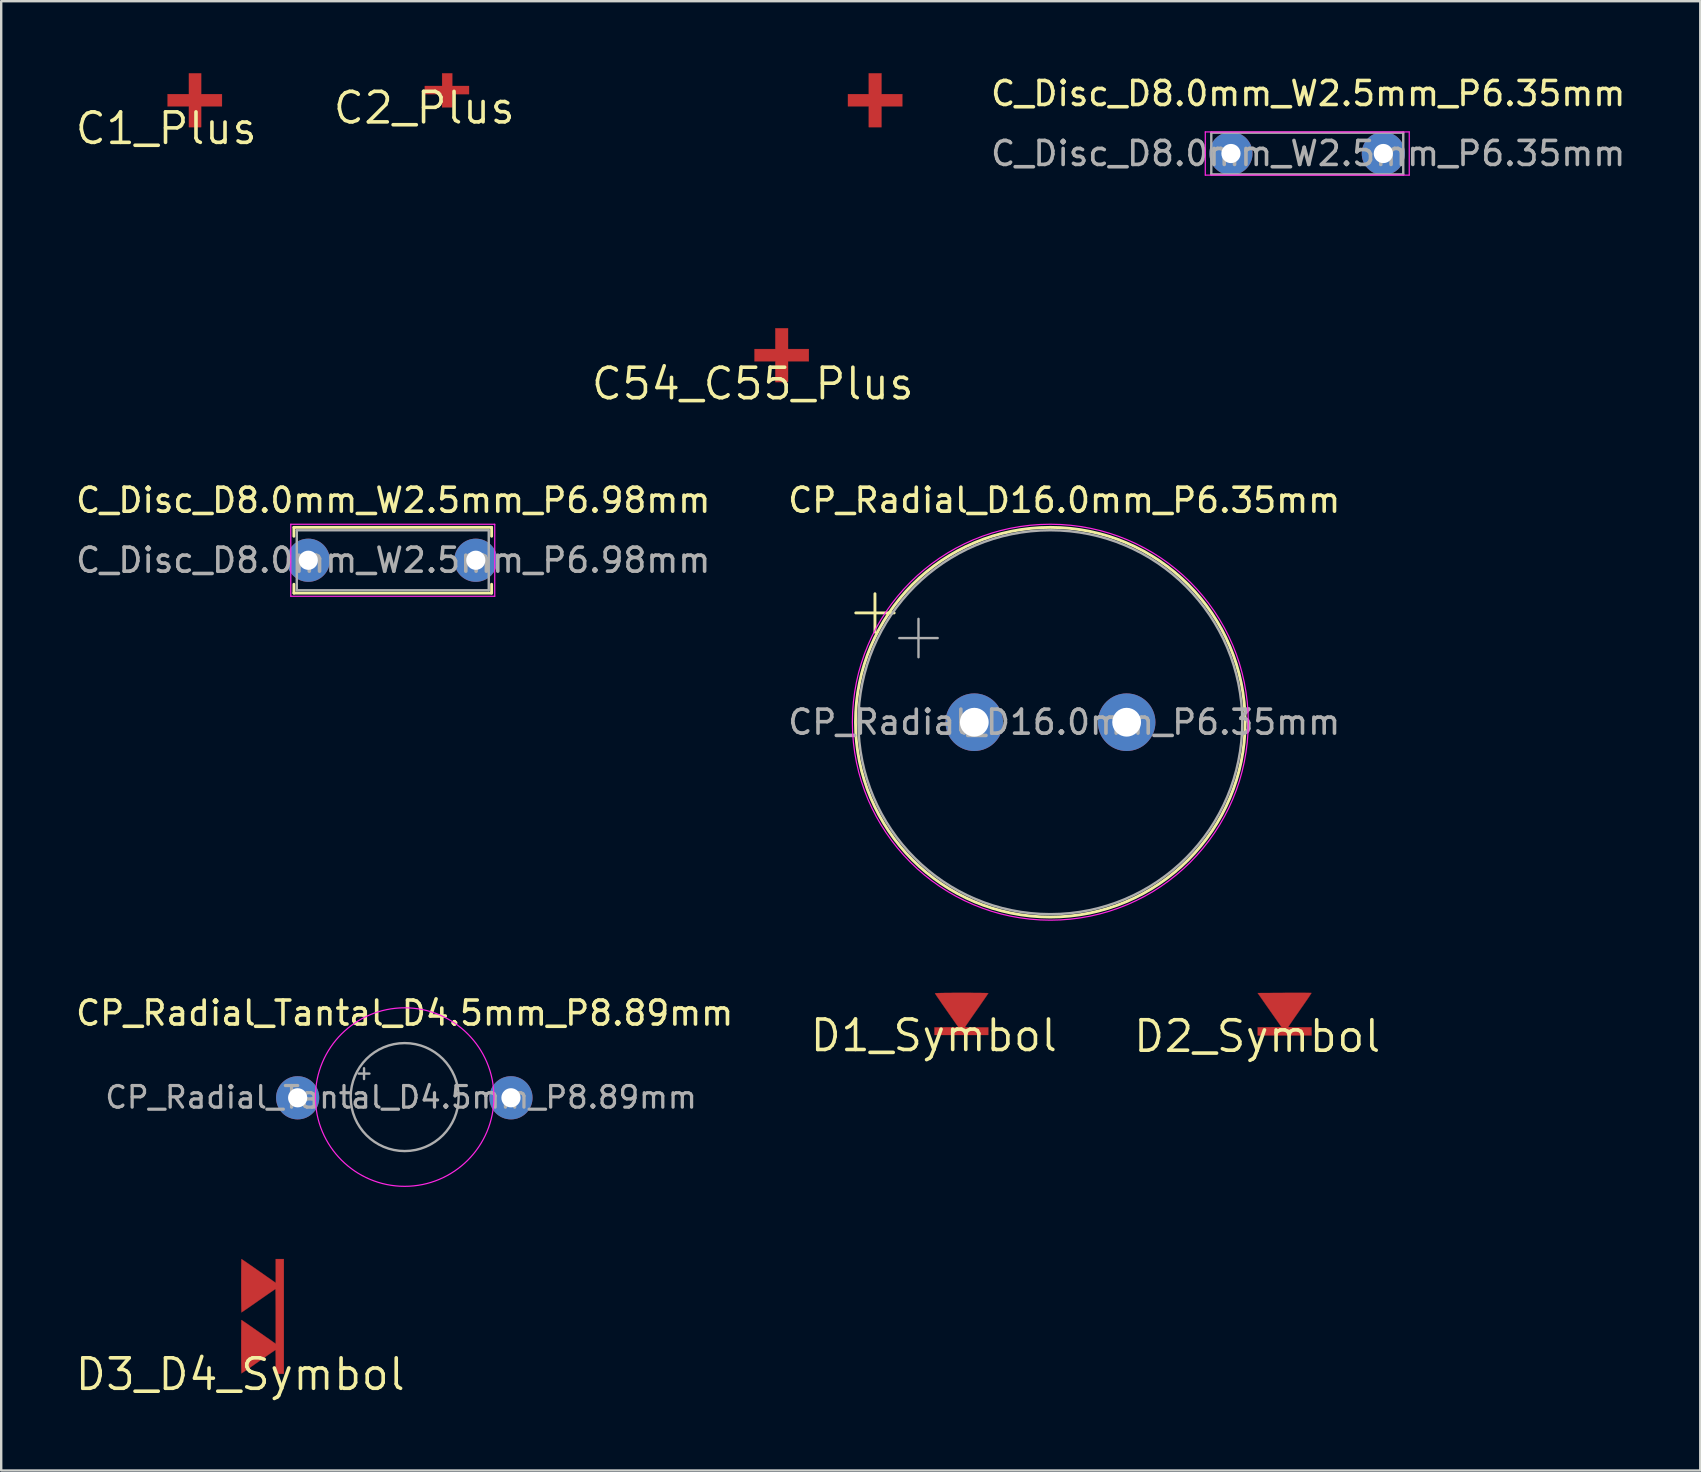
<source format=kicad_pcb>
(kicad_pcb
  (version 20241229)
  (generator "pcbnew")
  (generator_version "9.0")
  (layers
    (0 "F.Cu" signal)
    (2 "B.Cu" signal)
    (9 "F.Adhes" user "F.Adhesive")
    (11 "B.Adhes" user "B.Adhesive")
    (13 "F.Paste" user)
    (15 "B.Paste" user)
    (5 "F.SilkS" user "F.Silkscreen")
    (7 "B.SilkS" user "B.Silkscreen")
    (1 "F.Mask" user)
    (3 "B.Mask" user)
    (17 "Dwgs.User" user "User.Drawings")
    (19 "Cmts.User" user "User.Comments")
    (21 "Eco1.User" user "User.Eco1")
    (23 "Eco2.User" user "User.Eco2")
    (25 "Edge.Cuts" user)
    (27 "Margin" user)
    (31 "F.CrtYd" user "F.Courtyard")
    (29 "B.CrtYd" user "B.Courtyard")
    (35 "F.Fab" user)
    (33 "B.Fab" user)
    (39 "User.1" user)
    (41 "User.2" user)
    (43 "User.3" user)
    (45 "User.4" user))
  (footprint "C54_C55_Plus"
    (layer "F.Cu")
    (at 28.322 12.944)
    (property "Reference" "C54_C55_Plus" (at 0 0 0) (layer "F.SilkS") (effects (font (size 1.27 1.27) (thickness 0.15))))
    (attr smd board_only exclude_from_pos_files exclude_from_bom allow_missing_courtyard)
    (fp_poly (pts (xy 1.47 -1.446) (xy 2.338 -1.446) (xy 2.338 -0.938) (xy 1.47 -0.938) (xy 1.47 -0.07) (xy 0.941 -0.07) (xy 0.941 -0.938) (xy 0.073 -0.938) (xy 0.073 -1.446) (xy 0.941 -1.446) (xy 0.941 -2.313) (xy 1.47 -2.313) (xy 1.47 -1.446)) (stroke (width 0.01) (type solid)) (fill yes) (layer "F.Cu"))
    (fp_poly (pts (xy 5.365 -12.071) (xy 6.233 -12.071) (xy 6.233 -11.563) (xy 5.365 -11.563) (xy 5.365 -10.695) (xy 4.836 -10.695) (xy 4.836 -11.563) (xy 3.968 -11.563) (xy 3.968 -12.071) (xy 4.836 -12.071) (xy 4.836 -12.939) (xy 5.365 -12.939) (xy 5.365 -12.071)) (stroke (width 0.01) (type solid)) (fill yes) (layer "F.Cu")))
  (footprint "C1_Plus"
    (layer "F.Cu")
    (at 3.878 2.303)
    (property "Reference" "C1_Plus" (at 0 0 0) (layer "F.SilkS") (effects (font (size 1.27 1.27) (thickness 0.15))))
    (attr smd board_only exclude_from_pos_files exclude_from_bom allow_missing_courtyard)
    (fp_poly (pts (xy 1.454 -1.43) (xy 2.322 -1.43) (xy 2.322 -0.922) (xy 1.454 -0.922) (xy 1.454 -0.054) (xy 0.946 -0.054) (xy 0.946 -0.922) (xy 0.057 -0.922) (xy 0.057 -1.43) (xy 0.946 -1.43) (xy 0.946 -2.298) (xy 1.454 -2.298) (xy 1.454 -1.43)) (stroke (width 0.01) (type solid)) (fill yes) (layer "F.Cu")))
  (footprint "D1_Symbol"
    (layer "F.Cu")
    (at 35.869 40.108)
    (property "Reference" "D1_Symbol" (at 0 0 0) (layer "F.SilkS") (effects (font (size 1.27 1.27) (thickness 0.15))))
    (attr smd board_only exclude_from_pos_files exclude_from_bom allow_missing_courtyard)
    (fp_poly (pts (xy 1.371 -1.779) (xy 1.57 -1.778) (xy 1.752 -1.777) (xy 1.913 -1.776) (xy 2.049 -1.774) (xy 2.155 -1.772) (xy 2.229 -1.769) (xy 2.266 -1.767) (xy 2.27 -1.766) (xy 2.258 -1.746) (xy 2.225 -1.696) (xy 2.172 -1.618) (xy 2.103 -1.517) (xy 2.019 -1.396) (xy 1.925 -1.259) (xy 1.821 -1.111) (xy 1.783 -1.057) (xy 1.677 -0.905) (xy 1.579 -0.764) (xy 1.491 -0.638) (xy 1.417 -0.53) (xy 1.358 -0.444) (xy 1.317 -0.384) (xy 1.298 -0.354) (xy 1.296 -0.351) (xy 1.317 -0.348) (xy 1.373 -0.345) (xy 1.46 -0.343) (xy 1.572 -0.341) (xy 1.702 -0.34) (xy 1.783 -0.34) (xy 2.27 -0.34) (xy 2.27 -0.022) (xy 0.026 -0.022) (xy 0.026 -0.339) (xy 0.524 -0.345) (xy 1.022 -0.351) (xy 0.535 -1.047) (xy 0.429 -1.199) (xy 0.33 -1.341) (xy 0.243 -1.468) (xy 0.168 -1.577) (xy 0.109 -1.665) (xy 0.069 -1.726) (xy 0.049 -1.758) (xy 0.048 -1.761) (xy 0.068 -1.765) (xy 0.127 -1.768) (xy 0.22 -1.771) (xy 0.344 -1.774) (xy 0.495 -1.776) (xy 0.669 -1.777) (xy 0.861 -1.779) (xy 1.068 -1.779) (xy 1.159 -1.779) (xy 1.371 -1.779)) (stroke (width 0.01) (type solid)) (fill yes) (layer "F.Cu")))
  (footprint "D3_D4_Symbol"
    (layer "F.Cu")
    (at 6.962 54.229)
    (property "Reference" "D3_D4_Symbol" (at 0 0 0) (layer "F.SilkS") (effects (font (size 1.27 1.27) (thickness 0.15))))
    (attr smd board_only exclude_from_pos_files exclude_from_bom allow_missing_courtyard)
    (fp_poly (pts (xy 1.818 -0.024) (xy 1.663 -0.024) (xy 1.585 -0.025) (xy 1.525 -0.03) (xy 1.494 -0.037) (xy 1.493 -0.038) (xy 1.489 -0.062) (xy 1.486 -0.122) (xy 1.483 -0.213) (xy 1.48 -0.327) (xy 1.479 -0.459) (xy 1.479 -0.535) (xy 1.479 -0.673) (xy 1.477 -0.796) (xy 1.475 -0.897) (xy 1.473 -0.971) (xy 1.47 -1.012) (xy 1.468 -1.018) (xy 1.449 -1.007) (xy 1.399 -0.973) (xy 1.322 -0.92) (xy 1.221 -0.851) (xy 1.101 -0.768) (xy 0.965 -0.673) (xy 0.816 -0.569) (xy 0.762 -0.532) (xy 0.61 -0.425) (xy 0.469 -0.327) (xy 0.342 -0.239) (xy 0.234 -0.165) (xy 0.148 -0.106) (xy 0.087 -0.066) (xy 0.056 -0.046) (xy 0.053 -0.045) (xy 0.051 -0.065) (xy 0.048 -0.124) (xy 0.046 -0.218) (xy 0.044 -0.342) (xy 0.042 -0.492) (xy 0.041 -0.666) (xy 0.04 -0.858) (xy 0.04 -1.066) (xy 0.04 -1.156) (xy 0.04 -1.368) (xy 0.041 -1.568) (xy 0.041 -1.749) (xy 0.043 -1.91) (xy 0.044 -2.046) (xy 0.046 -2.153) (xy 0.048 -2.226) (xy 0.05 -2.264) (xy 0.051 -2.267) (xy 0.07 -2.255) (xy 0.12 -2.222) (xy 0.197 -2.169) (xy 0.298 -2.1) (xy 0.419 -2.016) (xy 0.556 -1.921) (xy 0.705 -1.817) (xy 0.77 -1.771) (xy 1.479 -1.274) (xy 1.479 -2.416) (xy 1.479 -2.632) (xy 1.478 -2.834) (xy 1.477 -3.019) (xy 1.476 -3.183) (xy 1.475 -3.322) (xy 1.473 -3.433) (xy 1.471 -3.511) (xy 1.469 -3.552) (xy 1.468 -3.558) (xy 1.449 -3.547) (xy 1.399 -3.513) (xy 1.322 -3.46) (xy 1.221 -3.391) (xy 1.101 -3.308) (xy 0.965 -3.213) (xy 0.816 -3.109) (xy 0.762 -3.072) (xy 0.61 -2.965) (xy 0.469 -2.867) (xy 0.342 -2.779) (xy 0.234 -2.705) (xy 0.148 -2.646) (xy 0.087 -2.606) (xy 0.056 -2.586) (xy 0.053 -2.585) (xy 0.051 -2.605) (xy 0.048 -2.664) (xy 0.046 -2.758) (xy 0.044 -2.882) (xy 0.042 -3.032) (xy 0.041 -3.206) (xy 0.04 -3.398) (xy 0.04 -3.606) (xy 0.04 -3.696) (xy 0.04 -3.908) (xy 0.041 -4.108) (xy 0.041 -4.289) (xy 0.043 -4.45) (xy 0.044 -4.586) (xy 0.046 -4.693) (xy 0.048 -4.766) (xy 0.05 -4.804) (xy 0.051 -4.807) (xy 0.07 -4.795) (xy 0.12 -4.762) (xy 0.197 -4.709) (xy 0.298 -4.64) (xy 0.419 -4.556) (xy 0.556 -4.461) (xy 0.705 -4.357) (xy 0.77 -4.311) (xy 1.479 -3.814) (xy 1.479 -4.807) (xy 1.818 -4.807) (xy 1.818 -0.024)) (stroke (width 0.01) (type solid)) (fill yes) (layer "F.Cu")))
  (footprint "CP_Radial_D16.0mm_P6.35mm"
    (layer "F.Cu")
    (at 37.554 27.049)
    (property "Reference" "CP_Radial_D16.0mm_P6.35mm" (at 3.75 -9.25 0) (layer "F.SilkS") (effects (font (size 1 1) (thickness 0.15))))
    (attr through_hole)
    (fp_circle (center 0 0) (end 1.5 0) (stroke (width 0) (type solid)) (fill yes) (layer "F.Mask"))
    (fp_circle (center 6.35 0) (end 7.85 0) (stroke (width 0) (type solid)) (fill yes) (layer "F.Mask"))
    (fp_circle (center 0 0) (end -1.5 0) (stroke (width 0) (type solid)) (fill yes) (layer "B.Mask"))
    (fp_circle (center 6.35 0) (end 4.85 0) (stroke (width 0) (type solid)) (fill yes) (layer "B.Mask"))
    (fp_line (start -4.939 -4.555) (end -3.339 -4.555) (stroke (width 0.12) (type solid)) (layer "F.SilkS"))
    (fp_line (start -4.139 -5.355) (end -4.139 -3.755) (stroke (width 0.12) (type solid)) (layer "F.SilkS"))
    (fp_circle (center 3.17 0) (end 11.29 0) (stroke (width 0.12) (type solid)) (fill no) (layer "F.SilkS"))
    (fp_circle (center 3.17 0) (end 11.42 0) (stroke (width 0.05) (type solid)) (fill no) (layer "F.CrtYd"))
    (fp_line (start -3.125 -3.507) (end -1.525 -3.507) (stroke (width 0.1) (type solid)) (layer "F.Fab"))
    (fp_line (start -2.325 -4.308) (end -2.325 -2.708) (stroke (width 0.1) (type solid)) (layer "F.Fab"))
    (fp_circle (center 3.17 0) (end 11.17 0) (stroke (width 0.1) (type solid)) (fill no) (layer "F.Fab"))
    (fp_text user "${REFERENCE}" (at 3.75 0 0) (layer "F.Fab") (effects (font (size 1 1) (thickness 0.15))))
    (pad "1" thru_hole circle (at 0 0) (size 2.4 2.4) (drill 1.2) (layers "*.Cu" "*.Mask"))
    (pad "2" thru_hole circle (at 6.35 0) (size 2.4 2.4) (drill 1.2) (layers "*.Cu" "*.Mask")))
  (footprint "C2_Plus"
    (layer "F.Cu")
    (at 14.633 1.448)
    (property "Reference" "C2_Plus" (at 0 0 0) (layer "F.SilkS") (effects (font (size 1.27 1.27) (thickness 0.15))))
    (attr smd board_only exclude_from_pos_files exclude_from_bom allow_missing_courtyard)
    (fp_poly (pts (xy 1.165 -0.914) (xy 1.864 -0.914) (xy 1.864 -0.575) (xy 1.165 -0.575) (xy 1.165 -0.025) (xy 0.742 -0.025) (xy 0.742 -0.575) (xy 0.022 -0.575) (xy 0.022 -0.914) (xy 0.742 -0.914) (xy 0.742 -1.443) (xy 1.165 -1.443) (xy 1.165 -0.914)) (stroke (width 0.01) (type solid)) (fill yes) (layer "F.Cu")))
  (footprint "CP_Radial_Tantal_D4.5mm_P8.89mm"
    (layer "F.Cu")
    (at 9.355 42.702)
    (property "Reference" "CP_Radial_Tantal_D4.5mm_P8.89mm" (at 4.46 -3.53 0) (layer "F.SilkS") (effects (font (size 1 1) (thickness 0.15))))
    (attr through_hole)
    (fp_circle (center 0 0) (end 1.1 0) (stroke (width 0) (type solid)) (fill yes) (layer "F.Mask"))
    (fp_circle (center 8.89 0) (end 9.99 0) (stroke (width 0) (type solid)) (fill yes) (layer "F.Mask"))
    (fp_circle (center 0 0) (end 1.1 0) (stroke (width 0) (type solid)) (fill yes) (layer "B.Mask"))
    (fp_circle (center 8.89 0) (end 9.99 0) (stroke (width 0) (type solid)) (fill yes) (layer "B.Mask"))
    (fp_circle (center 4.46 -0.03) (end 8.18 -0.03) (stroke (width 0.05) (type solid)) (fill no) (layer "F.CrtYd"))
    (fp_line (start 2.542 -1.008) (end 2.992 -1.008) (stroke (width 0.1) (type solid)) (layer "F.Fab"))
    (fp_line (start 2.767 -1.232) (end 2.767 -0.782) (stroke (width 0.1) (type solid)) (layer "F.Fab"))
    (fp_circle (center 4.46 -0.03) (end 6.71 -0.03) (stroke (width 0.1) (type solid)) (fill no) (layer "F.Fab"))
    (fp_text user "${REFERENCE}" (at 4.31 -0.02 0) (layer "F.Fab") (effects (font (size 0.9 0.9) (thickness 0.135))))
    (pad "1" thru_hole circle (at 0 0) (size 1.8 1.8) (drill 0.8) (layers "*.Cu" "*.Mask"))
    (pad "2" thru_hole circle (at 8.89 0) (size 1.8 1.8) (drill 0.8) (layers "*.Cu" "*.Mask")))
  (footprint "C_Disc_D8.0mm_W2.5mm_P6.35mm"
    (layer "F.Cu")
    (at 48.252 3.348)
    (property "Reference" "C_Disc_D8.0mm_W2.5mm_P6.35mm" (at 3.22 -2.5 0) (layer "F.SilkS") (effects (font (size 1 1) (thickness 0.15))))
    (attr through_hole)
    (fp_circle (center 0 0) (end 1.1 0) (stroke (width 0) (type solid)) (fill yes) (layer "F.Mask"))
    (fp_circle (center 6.35 0) (end 7.45 0) (stroke (width 0) (type solid)) (fill yes) (layer "F.Mask"))
    (fp_circle (center 0 0) (end 1.1 0) (stroke (width 0) (type solid)) (fill yes) (layer "B.Mask"))
    (fp_circle (center 6.35 0) (end 7.45 0) (stroke (width 0) (type solid)) (fill yes) (layer "B.Mask"))
    (fp_line (start -1.07 -0.9) (end -1.07 0.9) (stroke (width 0.05) (type solid)) (layer "F.CrtYd"))
    (fp_line (start -1.07 0.9) (end 7.43 0.9) (stroke (width 0.05) (type solid)) (layer "F.CrtYd"))
    (fp_line (start 7.43 -0.9) (end -1.07 -0.9) (stroke (width 0.05) (type solid)) (layer "F.CrtYd"))
    (fp_line (start 7.43 0.9) (end 7.43 -0.9) (stroke (width 0.05) (type solid)) (layer "F.CrtYd"))
    (fp_line (start -0.82 -0.87) (end -0.82 0.87) (stroke (width 0.1) (type solid)) (layer "F.Fab"))
    (fp_line (start -0.82 0.87) (end 7.18 0.87) (stroke (width 0.1) (type solid)) (layer "F.Fab"))
    (fp_line (start 7.18 -0.87) (end -0.82 -0.87) (stroke (width 0.1) (type solid)) (layer "F.Fab"))
    (fp_line (start 7.18 0.87) (end 7.18 -0.87) (stroke (width 0.1) (type solid)) (layer "F.Fab"))
    (fp_text user "${REFERENCE}" (at 3.22 0 0) (layer "F.Fab") (effects (font (size 1 1) (thickness 0.15))))
    (pad "1" thru_hole circle (at 0 0) (size 1.8 1.8) (drill 0.8) (layers "*.Cu" "*.Mask"))
    (pad "2" thru_hole circle (at 6.35 0) (size 1.8 1.8) (drill 0.8) (layers "*.Cu" "*.Mask")))
  (footprint "D2_Symbol"
    (layer "F.Cu")
    (at 49.346 40.138)
    (property "Reference" "D2_Symbol" (at 0 0 0) (layer "F.SilkS") (effects (font (size 1.27 1.27) (thickness 0.15))))
    (attr smd board_only exclude_from_pos_files exclude_from_bom allow_missing_courtyard)
    (fp_poly (pts (xy 1.894 -1.809) (xy 2.032 -1.808) (xy 2.14 -1.808) (xy 2.216 -1.806) (xy 2.255 -1.805) (xy 2.26 -1.804) (xy 2.25 -1.785) (xy 2.219 -1.736) (xy 2.168 -1.659) (xy 2.1 -1.558) (xy 2.018 -1.438) (xy 1.924 -1.302) (xy 1.82 -1.154) (xy 1.78 -1.096) (xy 1.674 -0.944) (xy 1.575 -0.803) (xy 1.487 -0.676) (xy 1.413 -0.567) (xy 1.354 -0.481) (xy 1.313 -0.42) (xy 1.293 -0.389) (xy 1.291 -0.386) (xy 1.311 -0.382) (xy 1.368 -0.379) (xy 1.455 -0.377) (xy 1.567 -0.375) (xy 1.697 -0.374) (xy 1.778 -0.374) (xy 2.265 -0.374) (xy 2.265 -0.035) (xy 0.021 -0.035) (xy 0.021 -0.373) (xy 0.517 -0.379) (xy 1.013 -0.384) (xy 0.516 -1.093) (xy 0.02 -1.802) (xy 1.135 -1.808) (xy 1.349 -1.809) (xy 1.549 -1.809) (xy 1.732 -1.809) (xy 1.894 -1.809)) (stroke (width 0.01) (type solid)) (fill yes) (layer "F.Cu")))
  (footprint "C_Disc_D8.0mm_W2.5mm_P6.98mm"
    (layer "F.Cu")
    (at 9.799 20.299)
    (property "Reference" "C_Disc_D8.0mm_W2.5mm_P6.98mm" (at 3.54 -2.5 0) (layer "F.SilkS") (effects (font (size 1 1) (thickness 0.15))))
    (attr through_hole)
    (fp_circle (center 0 0) (end 1.1 0) (stroke (width 0) (type solid)) (fill yes) (layer "F.Mask"))
    (fp_circle (center 6.98 0) (end 8.08 0) (stroke (width 0) (type solid)) (fill yes) (layer "F.Mask"))
    (fp_circle (center 0 0) (end 1.1 0) (stroke (width 0) (type solid)) (fill yes) (layer "B.Mask"))
    (fp_circle (center 6.98 0) (end 8.08 0) (stroke (width 0) (type solid)) (fill yes) (layer "B.Mask"))
    (fp_line (start -0.6 -1.37) (end -0.6 -1) (stroke (width 0.12) (type solid)) (layer "F.SilkS"))
    (fp_line (start -0.6 -1.37) (end 7.64 -1.37) (stroke (width 0.12) (type solid)) (layer "F.SilkS"))
    (fp_line (start -0.6 1) (end -0.6 1.37) (stroke (width 0.12) (type solid)) (layer "F.SilkS"))
    (fp_line (start -0.6 1.37) (end 7.64 1.37) (stroke (width 0.12) (type solid)) (layer "F.SilkS"))
    (fp_line (start 7.64 -1.37) (end 7.64 -1) (stroke (width 0.12) (type solid)) (layer "F.SilkS"))
    (fp_line (start 7.64 1.37) (end 7.64 1) (stroke (width 0.12) (type solid)) (layer "F.SilkS"))
    (fp_line (start -0.73 -1.5) (end -0.73 1.5) (stroke (width 0.05) (type solid)) (layer "F.CrtYd"))
    (fp_line (start -0.73 1.5) (end 7.77 1.5) (stroke (width 0.05) (type solid)) (layer "F.CrtYd"))
    (fp_line (start 7.77 -1.5) (end -0.73 -1.5) (stroke (width 0.05) (type solid)) (layer "F.CrtYd"))
    (fp_line (start 7.77 1.5) (end 7.77 -1.5) (stroke (width 0.05) (type solid)) (layer "F.CrtYd"))
    (fp_line (start -0.48 -1.25) (end -0.48 1.25) (stroke (width 0.1) (type solid)) (layer "F.Fab"))
    (fp_line (start -0.48 1.25) (end 7.52 1.25) (stroke (width 0.1) (type solid)) (layer "F.Fab"))
    (fp_line (start 7.52 -1.25) (end -0.48 -1.25) (stroke (width 0.1) (type solid)) (layer "F.Fab"))
    (fp_line (start 7.52 1.25) (end 7.52 -1.25) (stroke (width 0.1) (type solid)) (layer "F.Fab"))
    (fp_text user "${REFERENCE}" (at 3.54 0 0) (layer "F.Fab") (effects (font (size 1 1) (thickness 0.15))))
    (pad "1" thru_hole circle (at 0 0) (size 1.8 1.8) (drill 0.8) (layers "*.Cu" "*.Mask"))
    (pad "2" thru_hole circle (at 6.98 0) (size 1.8 1.8) (drill 0.8) (layers "*.Cu" "*.Mask")))
  (gr_rect
    (start -3 -3)
    (end 67.811 58.235)
    (stroke (width 0.1) (type default))
    (fill no)
    (layer "Edge.Cuts")))
</source>
